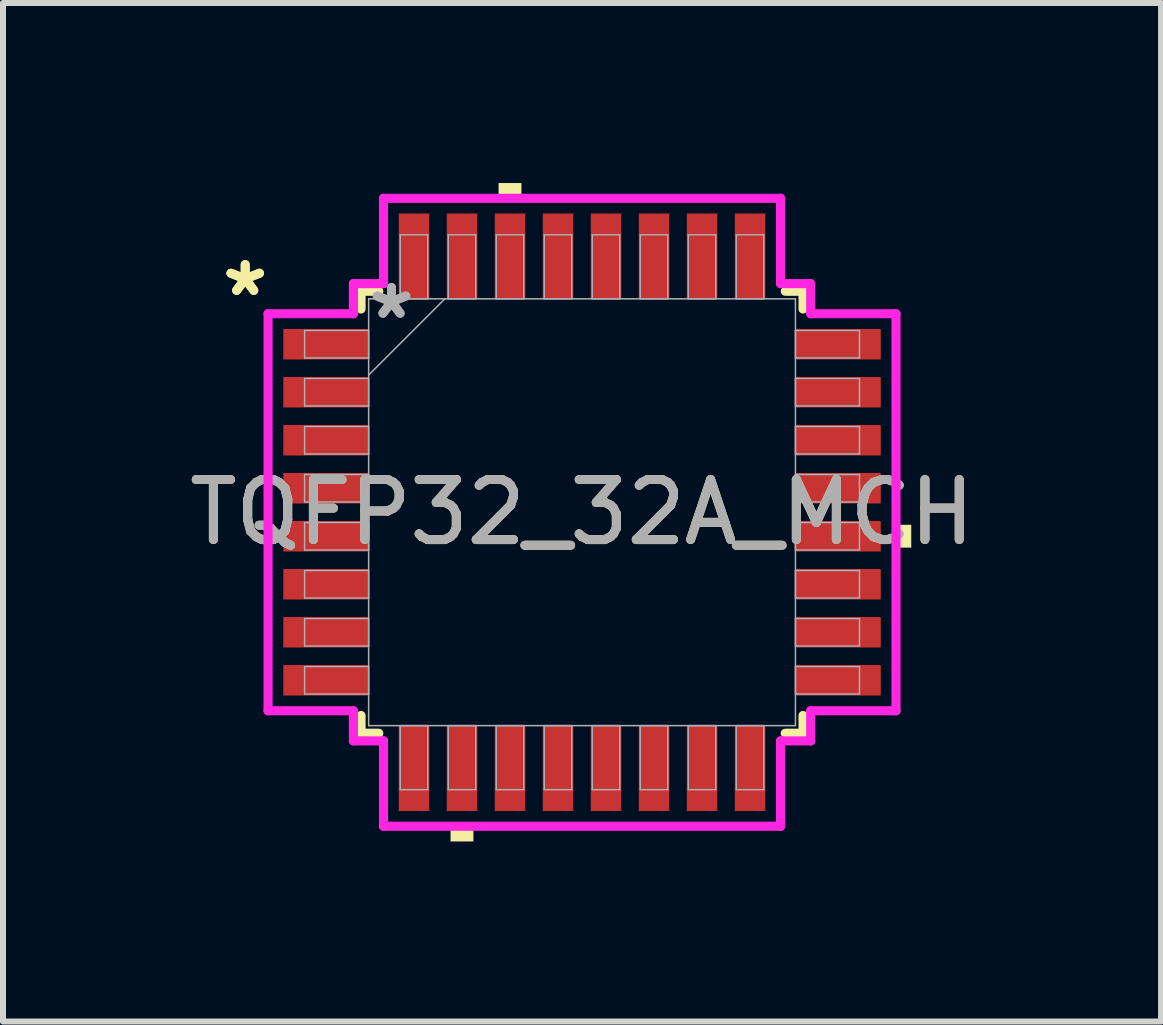
<source format=kicad_pcb>
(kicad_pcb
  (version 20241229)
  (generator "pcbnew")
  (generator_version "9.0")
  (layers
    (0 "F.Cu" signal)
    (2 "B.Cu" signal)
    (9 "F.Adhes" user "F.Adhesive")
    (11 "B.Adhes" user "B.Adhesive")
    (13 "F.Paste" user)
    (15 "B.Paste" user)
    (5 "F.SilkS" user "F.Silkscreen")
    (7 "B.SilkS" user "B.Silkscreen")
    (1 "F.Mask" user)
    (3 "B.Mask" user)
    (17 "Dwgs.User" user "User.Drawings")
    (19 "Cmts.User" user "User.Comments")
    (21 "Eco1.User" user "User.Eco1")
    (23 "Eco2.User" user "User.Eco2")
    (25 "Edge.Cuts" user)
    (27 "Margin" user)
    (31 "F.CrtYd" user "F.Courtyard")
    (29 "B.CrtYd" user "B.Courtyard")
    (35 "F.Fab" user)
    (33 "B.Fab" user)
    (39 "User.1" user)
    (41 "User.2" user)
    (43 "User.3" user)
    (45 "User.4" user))
  (footprint "TQFP32_32A_MCH"
    (layer "F.Cu")
    (at 6.649 5.486)
    (property "Reference" "TQFP32_32A_MCH" (at 0 0 0) (unlocked yes) (layer "F.SilkS") (effects (font (size 1 1) (thickness 0.15))))
    (attr smd)
    (fp_line (start -3.683 -3.683) (end -3.683 -3.387) (stroke (width 0.152) (type solid)) (layer "F.SilkS"))
    (fp_line (start -3.683 3.387) (end -3.683 3.683) (stroke (width 0.152) (type solid)) (layer "F.SilkS"))
    (fp_line (start -3.683 3.683) (end -3.387 3.683) (stroke (width 0.152) (type solid)) (layer "F.SilkS"))
    (fp_line (start -3.387 -3.683) (end -3.683 -3.683) (stroke (width 0.152) (type solid)) (layer "F.SilkS"))
    (fp_line (start 3.387 3.683) (end 3.683 3.683) (stroke (width 0.152) (type solid)) (layer "F.SilkS"))
    (fp_line (start 3.683 -3.683) (end 3.387 -3.683) (stroke (width 0.152) (type solid)) (layer "F.SilkS"))
    (fp_line (start 3.683 -3.387) (end 3.683 -3.683) (stroke (width 0.152) (type solid)) (layer "F.SilkS"))
    (fp_line (start 3.683 3.683) (end 3.683 3.387) (stroke (width 0.152) (type solid)) (layer "F.SilkS"))
    (fp_poly (pts (xy -2.191 5.232) (xy -2.191 5.486) (xy -1.81 5.486) (xy -1.81 5.232)) (stroke (width 0) (type solid)) (fill yes) (layer "F.SilkS"))
    (fp_poly (pts (xy -1.391 -5.232) (xy -1.391 -5.486) (xy -1.01 -5.486) (xy -1.01 -5.232)) (stroke (width 0) (type solid)) (fill yes) (layer "F.SilkS"))
    (fp_poly (pts (xy 5.486 0.209) (xy 5.486 0.59) (xy 5.232 0.59) (xy 5.232 0.209)) (stroke (width 0) (type solid)) (fill yes) (layer "F.SilkS"))
    (fp_line (start -5.232 -3.308) (end -3.81 -3.308) (stroke (width 0.152) (type solid)) (layer "F.CrtYd"))
    (fp_line (start -5.232 3.308) (end -5.232 -3.308) (stroke (width 0.152) (type solid)) (layer "F.CrtYd"))
    (fp_line (start -3.81 -3.81) (end -3.308 -3.81) (stroke (width 0.152) (type solid)) (layer "F.CrtYd"))
    (fp_line (start -3.81 -3.308) (end -3.81 -3.81) (stroke (width 0.152) (type solid)) (layer "F.CrtYd"))
    (fp_line (start -3.81 3.308) (end -5.232 3.308) (stroke (width 0.152) (type solid)) (layer "F.CrtYd"))
    (fp_line (start -3.81 3.81) (end -3.81 3.308) (stroke (width 0.152) (type solid)) (layer "F.CrtYd"))
    (fp_line (start -3.81 3.81) (end -3.308 3.81) (stroke (width 0.152) (type solid)) (layer "F.CrtYd"))
    (fp_line (start -3.308 -5.232) (end 3.308 -5.232) (stroke (width 0.152) (type solid)) (layer "F.CrtYd"))
    (fp_line (start -3.308 -3.81) (end -3.308 -5.232) (stroke (width 0.152) (type solid)) (layer "F.CrtYd"))
    (fp_line (start -3.308 3.81) (end -3.308 5.232) (stroke (width 0.152) (type solid)) (layer "F.CrtYd"))
    (fp_line (start -3.308 5.232) (end 3.308 5.232) (stroke (width 0.152) (type solid)) (layer "F.CrtYd"))
    (fp_line (start 3.308 -5.232) (end 3.308 -3.81) (stroke (width 0.152) (type solid)) (layer "F.CrtYd"))
    (fp_line (start 3.308 -3.81) (end 3.81 -3.81) (stroke (width 0.152) (type solid)) (layer "F.CrtYd"))
    (fp_line (start 3.308 3.81) (end 3.81 3.81) (stroke (width 0.152) (type solid)) (layer "F.CrtYd"))
    (fp_line (start 3.308 5.232) (end 3.308 3.81) (stroke (width 0.152) (type solid)) (layer "F.CrtYd"))
    (fp_line (start 3.81 -3.308) (end 3.81 -3.81) (stroke (width 0.152) (type solid)) (layer "F.CrtYd"))
    (fp_line (start 3.81 3.308) (end 5.232 3.308) (stroke (width 0.152) (type solid)) (layer "F.CrtYd"))
    (fp_line (start 3.81 3.81) (end 3.81 3.308) (stroke (width 0.152) (type solid)) (layer "F.CrtYd"))
    (fp_line (start 5.232 -3.308) (end 3.81 -3.308) (stroke (width 0.152) (type solid)) (layer "F.CrtYd"))
    (fp_line (start 5.232 3.308) (end 5.232 -3.308) (stroke (width 0.152) (type solid)) (layer "F.CrtYd"))
    (fp_line (start -4.623 -3.029) (end -4.623 -2.571) (stroke (width 0.025) (type solid)) (layer "F.Fab"))
    (fp_line (start -4.623 -2.571) (end -3.556 -2.571) (stroke (width 0.025) (type solid)) (layer "F.Fab"))
    (fp_line (start -4.623 -2.229) (end -4.623 -1.771) (stroke (width 0.025) (type solid)) (layer "F.Fab"))
    (fp_line (start -4.623 -1.771) (end -3.556 -1.771) (stroke (width 0.025) (type solid)) (layer "F.Fab"))
    (fp_line (start -4.623 -1.429) (end -4.623 -0.971) (stroke (width 0.025) (type solid)) (layer "F.Fab"))
    (fp_line (start -4.623 -0.971) (end -3.556 -0.971) (stroke (width 0.025) (type solid)) (layer "F.Fab"))
    (fp_line (start -4.623 -0.629) (end -4.623 -0.171) (stroke (width 0.025) (type solid)) (layer "F.Fab"))
    (fp_line (start -4.623 -0.171) (end -3.556 -0.171) (stroke (width 0.025) (type solid)) (layer "F.Fab"))
    (fp_line (start -4.623 0.171) (end -4.623 0.629) (stroke (width 0.025) (type solid)) (layer "F.Fab"))
    (fp_line (start -4.623 0.629) (end -3.556 0.629) (stroke (width 0.025) (type solid)) (layer "F.Fab"))
    (fp_line (start -4.623 0.971) (end -4.623 1.429) (stroke (width 0.025) (type solid)) (layer "F.Fab"))
    (fp_line (start -4.623 1.429) (end -3.556 1.429) (stroke (width 0.025) (type solid)) (layer "F.Fab"))
    (fp_line (start -4.623 1.771) (end -4.623 2.229) (stroke (width 0.025) (type solid)) (layer "F.Fab"))
    (fp_line (start -4.623 2.229) (end -3.556 2.229) (stroke (width 0.025) (type solid)) (layer "F.Fab"))
    (fp_line (start -4.623 2.571) (end -4.623 3.029) (stroke (width 0.025) (type solid)) (layer "F.Fab"))
    (fp_line (start -4.623 3.029) (end -3.556 3.029) (stroke (width 0.025) (type solid)) (layer "F.Fab"))
    (fp_line (start -3.556 -3.556) (end -3.556 3.556) (stroke (width 0.025) (type solid)) (layer "F.Fab"))
    (fp_line (start -3.556 -3.029) (end -4.623 -3.029) (stroke (width 0.025) (type solid)) (layer "F.Fab"))
    (fp_line (start -3.556 -2.571) (end -3.556 -3.029) (stroke (width 0.025) (type solid)) (layer "F.Fab"))
    (fp_line (start -3.556 -2.286) (end -2.286 -3.556) (stroke (width 0.025) (type solid)) (layer "F.Fab"))
    (fp_line (start -3.556 -2.229) (end -4.623 -2.229) (stroke (width 0.025) (type solid)) (layer "F.Fab"))
    (fp_line (start -3.556 -1.771) (end -3.556 -2.229) (stroke (width 0.025) (type solid)) (layer "F.Fab"))
    (fp_line (start -3.556 -1.429) (end -4.623 -1.429) (stroke (width 0.025) (type solid)) (layer "F.Fab"))
    (fp_line (start -3.556 -0.971) (end -3.556 -1.429) (stroke (width 0.025) (type solid)) (layer "F.Fab"))
    (fp_line (start -3.556 -0.629) (end -4.623 -0.629) (stroke (width 0.025) (type solid)) (layer "F.Fab"))
    (fp_line (start -3.556 -0.171) (end -3.556 -0.629) (stroke (width 0.025) (type solid)) (layer "F.Fab"))
    (fp_line (start -3.556 0.171) (end -4.623 0.171) (stroke (width 0.025) (type solid)) (layer "F.Fab"))
    (fp_line (start -3.556 0.629) (end -3.556 0.171) (stroke (width 0.025) (type solid)) (layer "F.Fab"))
    (fp_line (start -3.556 0.971) (end -4.623 0.971) (stroke (width 0.025) (type solid)) (layer "F.Fab"))
    (fp_line (start -3.556 1.429) (end -3.556 0.971) (stroke (width 0.025) (type solid)) (layer "F.Fab"))
    (fp_line (start -3.556 1.771) (end -4.623 1.771) (stroke (width 0.025) (type solid)) (layer "F.Fab"))
    (fp_line (start -3.556 2.229) (end -3.556 1.771) (stroke (width 0.025) (type solid)) (layer "F.Fab"))
    (fp_line (start -3.556 2.571) (end -4.623 2.571) (stroke (width 0.025) (type solid)) (layer "F.Fab"))
    (fp_line (start -3.556 3.029) (end -3.556 2.571) (stroke (width 0.025) (type solid)) (layer "F.Fab"))
    (fp_line (start -3.556 3.556) (end 3.556 3.556) (stroke (width 0.025) (type solid)) (layer "F.Fab"))
    (fp_line (start -3.029 -4.623) (end -3.029 -3.556) (stroke (width 0.025) (type solid)) (layer "F.Fab"))
    (fp_line (start -3.029 -3.556) (end -2.571 -3.556) (stroke (width 0.025) (type solid)) (layer "F.Fab"))
    (fp_line (start -3.029 3.556) (end -3.029 4.623) (stroke (width 0.025) (type solid)) (layer "F.Fab"))
    (fp_line (start -3.029 4.623) (end -2.571 4.623) (stroke (width 0.025) (type solid)) (layer "F.Fab"))
    (fp_line (start -2.571 -4.623) (end -3.029 -4.623) (stroke (width 0.025) (type solid)) (layer "F.Fab"))
    (fp_line (start -2.571 -3.556) (end -2.571 -4.623) (stroke (width 0.025) (type solid)) (layer "F.Fab"))
    (fp_line (start -2.571 3.556) (end -3.029 3.556) (stroke (width 0.025) (type solid)) (layer "F.Fab"))
    (fp_line (start -2.571 4.623) (end -2.571 3.556) (stroke (width 0.025) (type solid)) (layer "F.Fab"))
    (fp_line (start -2.229 -4.623) (end -2.229 -3.556) (stroke (width 0.025) (type solid)) (layer "F.Fab"))
    (fp_line (start -2.229 -3.556) (end -1.771 -3.556) (stroke (width 0.025) (type solid)) (layer "F.Fab"))
    (fp_line (start -2.229 3.556) (end -2.229 4.623) (stroke (width 0.025) (type solid)) (layer "F.Fab"))
    (fp_line (start -2.229 4.623) (end -1.771 4.623) (stroke (width 0.025) (type solid)) (layer "F.Fab"))
    (fp_line (start -1.771 -4.623) (end -2.229 -4.623) (stroke (width 0.025) (type solid)) (layer "F.Fab"))
    (fp_line (start -1.771 -3.556) (end -1.771 -4.623) (stroke (width 0.025) (type solid)) (layer "F.Fab"))
    (fp_line (start -1.771 3.556) (end -2.229 3.556) (stroke (width 0.025) (type solid)) (layer "F.Fab"))
    (fp_line (start -1.771 4.623) (end -1.771 3.556) (stroke (width 0.025) (type solid)) (layer "F.Fab"))
    (fp_line (start -1.429 -4.623) (end -1.429 -3.556) (stroke (width 0.025) (type solid)) (layer "F.Fab"))
    (fp_line (start -1.429 -3.556) (end -0.971 -3.556) (stroke (width 0.025) (type solid)) (layer "F.Fab"))
    (fp_line (start -1.429 3.556) (end -1.429 4.623) (stroke (width 0.025) (type solid)) (layer "F.Fab"))
    (fp_line (start -1.429 4.623) (end -0.971 4.623) (stroke (width 0.025) (type solid)) (layer "F.Fab"))
    (fp_line (start -0.971 -4.623) (end -1.429 -4.623) (stroke (width 0.025) (type solid)) (layer "F.Fab"))
    (fp_line (start -0.971 -3.556) (end -0.971 -4.623) (stroke (width 0.025) (type solid)) (layer "F.Fab"))
    (fp_line (start -0.971 3.556) (end -1.429 3.556) (stroke (width 0.025) (type solid)) (layer "F.Fab"))
    (fp_line (start -0.971 4.623) (end -0.971 3.556) (stroke (width 0.025) (type solid)) (layer "F.Fab"))
    (fp_line (start -0.629 -4.623) (end -0.629 -3.556) (stroke (width 0.025) (type solid)) (layer "F.Fab"))
    (fp_line (start -0.629 -3.556) (end -0.171 -3.556) (stroke (width 0.025) (type solid)) (layer "F.Fab"))
    (fp_line (start -0.629 3.556) (end -0.629 4.623) (stroke (width 0.025) (type solid)) (layer "F.Fab"))
    (fp_line (start -0.629 4.623) (end -0.171 4.623) (stroke (width 0.025) (type solid)) (layer "F.Fab"))
    (fp_line (start -0.171 -4.623) (end -0.629 -4.623) (stroke (width 0.025) (type solid)) (layer "F.Fab"))
    (fp_line (start -0.171 -3.556) (end -0.171 -4.623) (stroke (width 0.025) (type solid)) (layer "F.Fab"))
    (fp_line (start -0.171 3.556) (end -0.629 3.556) (stroke (width 0.025) (type solid)) (layer "F.Fab"))
    (fp_line (start -0.171 4.623) (end -0.171 3.556) (stroke (width 0.025) (type solid)) (layer "F.Fab"))
    (fp_line (start 0.171 -4.623) (end 0.171 -3.556) (stroke (width 0.025) (type solid)) (layer "F.Fab"))
    (fp_line (start 0.171 -3.556) (end 0.629 -3.556) (stroke (width 0.025) (type solid)) (layer "F.Fab"))
    (fp_line (start 0.171 3.556) (end 0.171 4.623) (stroke (width 0.025) (type solid)) (layer "F.Fab"))
    (fp_line (start 0.171 4.623) (end 0.629 4.623) (stroke (width 0.025) (type solid)) (layer "F.Fab"))
    (fp_line (start 0.629 -4.623) (end 0.171 -4.623) (stroke (width 0.025) (type solid)) (layer "F.Fab"))
    (fp_line (start 0.629 -3.556) (end 0.629 -4.623) (stroke (width 0.025) (type solid)) (layer "F.Fab"))
    (fp_line (start 0.629 3.556) (end 0.171 3.556) (stroke (width 0.025) (type solid)) (layer "F.Fab"))
    (fp_line (start 0.629 4.623) (end 0.629 3.556) (stroke (width 0.025) (type solid)) (layer "F.Fab"))
    (fp_line (start 0.971 -4.623) (end 0.971 -3.556) (stroke (width 0.025) (type solid)) (layer "F.Fab"))
    (fp_line (start 0.971 -3.556) (end 1.429 -3.556) (stroke (width 0.025) (type solid)) (layer "F.Fab"))
    (fp_line (start 0.971 3.556) (end 0.971 4.623) (stroke (width 0.025) (type solid)) (layer "F.Fab"))
    (fp_line (start 0.971 4.623) (end 1.429 4.623) (stroke (width 0.025) (type solid)) (layer "F.Fab"))
    (fp_line (start 1.429 -4.623) (end 0.971 -4.623) (stroke (width 0.025) (type solid)) (layer "F.Fab"))
    (fp_line (start 1.429 -3.556) (end 1.429 -4.623) (stroke (width 0.025) (type solid)) (layer "F.Fab"))
    (fp_line (start 1.429 3.556) (end 0.971 3.556) (stroke (width 0.025) (type solid)) (layer "F.Fab"))
    (fp_line (start 1.429 4.623) (end 1.429 3.556) (stroke (width 0.025) (type solid)) (layer "F.Fab"))
    (fp_line (start 1.771 -4.623) (end 1.771 -3.556) (stroke (width 0.025) (type solid)) (layer "F.Fab"))
    (fp_line (start 1.771 -3.556) (end 2.229 -3.556) (stroke (width 0.025) (type solid)) (layer "F.Fab"))
    (fp_line (start 1.771 3.556) (end 1.771 4.623) (stroke (width 0.025) (type solid)) (layer "F.Fab"))
    (fp_line (start 1.771 4.623) (end 2.229 4.623) (stroke (width 0.025) (type solid)) (layer "F.Fab"))
    (fp_line (start 2.229 -4.623) (end 1.771 -4.623) (stroke (width 0.025) (type solid)) (layer "F.Fab"))
    (fp_line (start 2.229 -3.556) (end 2.229 -4.623) (stroke (width 0.025) (type solid)) (layer "F.Fab"))
    (fp_line (start 2.229 3.556) (end 1.771 3.556) (stroke (width 0.025) (type solid)) (layer "F.Fab"))
    (fp_line (start 2.229 4.623) (end 2.229 3.556) (stroke (width 0.025) (type solid)) (layer "F.Fab"))
    (fp_line (start 2.571 -4.623) (end 2.571 -3.556) (stroke (width 0.025) (type solid)) (layer "F.Fab"))
    (fp_line (start 2.571 -3.556) (end 3.029 -3.556) (stroke (width 0.025) (type solid)) (layer "F.Fab"))
    (fp_line (start 2.571 3.556) (end 2.571 4.623) (stroke (width 0.025) (type solid)) (layer "F.Fab"))
    (fp_line (start 2.571 4.623) (end 3.029 4.623) (stroke (width 0.025) (type solid)) (layer "F.Fab"))
    (fp_line (start 3.029 -4.623) (end 2.571 -4.623) (stroke (width 0.025) (type solid)) (layer "F.Fab"))
    (fp_line (start 3.029 -3.556) (end 3.029 -4.623) (stroke (width 0.025) (type solid)) (layer "F.Fab"))
    (fp_line (start 3.029 3.556) (end 2.571 3.556) (stroke (width 0.025) (type solid)) (layer "F.Fab"))
    (fp_line (start 3.029 4.623) (end 3.029 3.556) (stroke (width 0.025) (type solid)) (layer "F.Fab"))
    (fp_line (start 3.556 -3.556) (end -3.556 -3.556) (stroke (width 0.025) (type solid)) (layer "F.Fab"))
    (fp_line (start 3.556 -3.029) (end 3.556 -2.571) (stroke (width 0.025) (type solid)) (layer "F.Fab"))
    (fp_line (start 3.556 -2.571) (end 4.623 -2.571) (stroke (width 0.025) (type solid)) (layer "F.Fab"))
    (fp_line (start 3.556 -2.229) (end 3.556 -1.771) (stroke (width 0.025) (type solid)) (layer "F.Fab"))
    (fp_line (start 3.556 -1.771) (end 4.623 -1.771) (stroke (width 0.025) (type solid)) (layer "F.Fab"))
    (fp_line (start 3.556 -1.429) (end 3.556 -0.971) (stroke (width 0.025) (type solid)) (layer "F.Fab"))
    (fp_line (start 3.556 -0.971) (end 4.623 -0.971) (stroke (width 0.025) (type solid)) (layer "F.Fab"))
    (fp_line (start 3.556 -0.629) (end 3.556 -0.171) (stroke (width 0.025) (type solid)) (layer "F.Fab"))
    (fp_line (start 3.556 -0.171) (end 4.623 -0.171) (stroke (width 0.025) (type solid)) (layer "F.Fab"))
    (fp_line (start 3.556 0.171) (end 3.556 0.629) (stroke (width 0.025) (type solid)) (layer "F.Fab"))
    (fp_line (start 3.556 0.629) (end 4.623 0.629) (stroke (width 0.025) (type solid)) (layer "F.Fab"))
    (fp_line (start 3.556 0.971) (end 3.556 1.429) (stroke (width 0.025) (type solid)) (layer "F.Fab"))
    (fp_line (start 3.556 1.429) (end 4.623 1.429) (stroke (width 0.025) (type solid)) (layer "F.Fab"))
    (fp_line (start 3.556 1.771) (end 3.556 2.229) (stroke (width 0.025) (type solid)) (layer "F.Fab"))
    (fp_line (start 3.556 2.229) (end 4.623 2.229) (stroke (width 0.025) (type solid)) (layer "F.Fab"))
    (fp_line (start 3.556 2.571) (end 3.556 3.029) (stroke (width 0.025) (type solid)) (layer "F.Fab"))
    (fp_line (start 3.556 3.029) (end 4.623 3.029) (stroke (width 0.025) (type solid)) (layer "F.Fab"))
    (fp_line (start 3.556 3.556) (end 3.556 -3.556) (stroke (width 0.025) (type solid)) (layer "F.Fab"))
    (fp_line (start 4.623 -3.029) (end 3.556 -3.029) (stroke (width 0.025) (type solid)) (layer "F.Fab"))
    (fp_line (start 4.623 -2.571) (end 4.623 -3.029) (stroke (width 0.025) (type solid)) (layer "F.Fab"))
    (fp_line (start 4.623 -2.229) (end 3.556 -2.229) (stroke (width 0.025) (type solid)) (layer "F.Fab"))
    (fp_line (start 4.623 -1.771) (end 4.623 -2.229) (stroke (width 0.025) (type solid)) (layer "F.Fab"))
    (fp_line (start 4.623 -1.429) (end 3.556 -1.429) (stroke (width 0.025) (type solid)) (layer "F.Fab"))
    (fp_line (start 4.623 -0.971) (end 4.623 -1.429) (stroke (width 0.025) (type solid)) (layer "F.Fab"))
    (fp_line (start 4.623 -0.629) (end 3.556 -0.629) (stroke (width 0.025) (type solid)) (layer "F.Fab"))
    (fp_line (start 4.623 -0.171) (end 4.623 -0.629) (stroke (width 0.025) (type solid)) (layer "F.Fab"))
    (fp_line (start 4.623 0.171) (end 3.556 0.171) (stroke (width 0.025) (type solid)) (layer "F.Fab"))
    (fp_line (start 4.623 0.629) (end 4.623 0.171) (stroke (width 0.025) (type solid)) (layer "F.Fab"))
    (fp_line (start 4.623 0.971) (end 3.556 0.971) (stroke (width 0.025) (type solid)) (layer "F.Fab"))
    (fp_line (start 4.623 1.429) (end 4.623 0.971) (stroke (width 0.025) (type solid)) (layer "F.Fab"))
    (fp_line (start 4.623 1.771) (end 3.556 1.771) (stroke (width 0.025) (type solid)) (layer "F.Fab"))
    (fp_line (start 4.623 2.229) (end 4.623 1.771) (stroke (width 0.025) (type solid)) (layer "F.Fab"))
    (fp_line (start 4.623 2.571) (end 3.556 2.571) (stroke (width 0.025) (type solid)) (layer "F.Fab"))
    (fp_line (start 4.623 3.029) (end 4.623 2.571) (stroke (width 0.025) (type solid)) (layer "F.Fab"))
    (fp_text user "*" (at -5.613 -3.581 0) (layer "F.SilkS") (effects (font (size 1 1) (thickness 0.15))))
    (fp_text user "*" (at -5.613 -3.581 0) (unlocked yes) (layer "F.SilkS") (effects (font (size 1 1) (thickness 0.15))))
    (fp_text user "*" (at -3.175 -3.2 0) (unlocked yes) (layer "F.Fab") (effects (font (size 1 1) (thickness 0.15))))
    (fp_text user "*" (at -3.175 -3.2 0) (layer "F.Fab") (effects (font (size 1 1) (thickness 0.15))))
    (fp_text user "${REFERENCE}" (at 0 0 0) (unlocked yes) (layer "F.Fab") (effects (font (size 1 1) (thickness 0.15))))
    (pad "1" smd rect (at -4.267 -2.8 90) (size 0.508 1.422) (layers "F.Cu" "F.Mask" "F.Paste"))
    (pad "2" smd rect (at -4.267 -2 90) (size 0.508 1.422) (layers "F.Cu" "F.Mask" "F.Paste"))
    (pad "3" smd rect (at -4.267 -1.2 90) (size 0.508 1.422) (layers "F.Cu" "F.Mask" "F.Paste"))
    (pad "4" smd rect (at -4.267 -0.4 90) (size 0.508 1.422) (layers "F.Cu" "F.Mask" "F.Paste"))
    (pad "5" smd rect (at -4.267 0.4 90) (size 0.508 1.422) (layers "F.Cu" "F.Mask" "F.Paste"))
    (pad "6" smd rect (at -4.267 1.2 90) (size 0.508 1.422) (layers "F.Cu" "F.Mask" "F.Paste"))
    (pad "7" smd rect (at -4.267 2 90) (size 0.508 1.422) (layers "F.Cu" "F.Mask" "F.Paste"))
    (pad "8" smd rect (at -4.267 2.8 90) (size 0.508 1.422) (layers "F.Cu" "F.Mask" "F.Paste"))
    (pad "9" smd rect (at -2.8 4.267) (size 0.508 1.422) (layers "F.Cu" "F.Mask" "F.Paste"))
    (pad "10" smd rect (at -2 4.267) (size 0.508 1.422) (layers "F.Cu" "F.Mask" "F.Paste"))
    (pad "11" smd rect (at -1.2 4.267) (size 0.508 1.422) (layers "F.Cu" "F.Mask" "F.Paste"))
    (pad "12" smd rect (at -0.4 4.267) (size 0.508 1.422) (layers "F.Cu" "F.Mask" "F.Paste"))
    (pad "13" smd rect (at 0.4 4.267) (size 0.508 1.422) (layers "F.Cu" "F.Mask" "F.Paste"))
    (pad "14" smd rect (at 1.2 4.267) (size 0.508 1.422) (layers "F.Cu" "F.Mask" "F.Paste"))
    (pad "15" smd rect (at 2 4.267) (size 0.508 1.422) (layers "F.Cu" "F.Mask" "F.Paste"))
    (pad "16" smd rect (at 2.8 4.267) (size 0.508 1.422) (layers "F.Cu" "F.Mask" "F.Paste"))
    (pad "17" smd rect (at 4.267 2.8 90) (size 0.508 1.422) (layers "F.Cu" "F.Mask" "F.Paste"))
    (pad "18" smd rect (at 4.267 2 90) (size 0.508 1.422) (layers "F.Cu" "F.Mask" "F.Paste"))
    (pad "19" smd rect (at 4.267 1.2 90) (size 0.508 1.422) (layers "F.Cu" "F.Mask" "F.Paste"))
    (pad "20" smd rect (at 4.267 0.4 90) (size 0.508 1.422) (layers "F.Cu" "F.Mask" "F.Paste"))
    (pad "21" smd rect (at 4.267 -0.4 90) (size 0.508 1.422) (layers "F.Cu" "F.Mask" "F.Paste"))
    (pad "22" smd rect (at 4.267 -1.2 90) (size 0.508 1.422) (layers "F.Cu" "F.Mask" "F.Paste"))
    (pad "23" smd rect (at 4.267 -2 90) (size 0.508 1.422) (layers "F.Cu" "F.Mask" "F.Paste"))
    (pad "24" smd rect (at 4.267 -2.8 90) (size 0.508 1.422) (layers "F.Cu" "F.Mask" "F.Paste"))
    (pad "25" smd rect (at 2.8 -4.267) (size 0.508 1.422) (layers "F.Cu" "F.Mask" "F.Paste"))
    (pad "26" smd rect (at 2 -4.267) (size 0.508 1.422) (layers "F.Cu" "F.Mask" "F.Paste"))
    (pad "27" smd rect (at 1.2 -4.267) (size 0.508 1.422) (layers "F.Cu" "F.Mask" "F.Paste"))
    (pad "28" smd rect (at 0.4 -4.267) (size 0.508 1.422) (layers "F.Cu" "F.Mask" "F.Paste"))
    (pad "29" smd rect (at -0.4 -4.267) (size 0.508 1.422) (layers "F.Cu" "F.Mask" "F.Paste"))
    (pad "30" smd rect (at -1.2 -4.267) (size 0.508 1.422) (layers "F.Cu" "F.Mask" "F.Paste"))
    (pad "31" smd rect (at -2 -4.267) (size 0.508 1.422) (layers "F.Cu" "F.Mask" "F.Paste"))
    (pad "32" smd rect (at -2.8 -4.267) (size 0.508 1.422) (layers "F.Cu" "F.Mask" "F.Paste")))
  (gr_rect
    (start -3 -3)
    (end 16.298 13.973)
    (stroke (width 0.1) (type default))
    (fill no)
    (layer "Edge.Cuts")))
</source>
